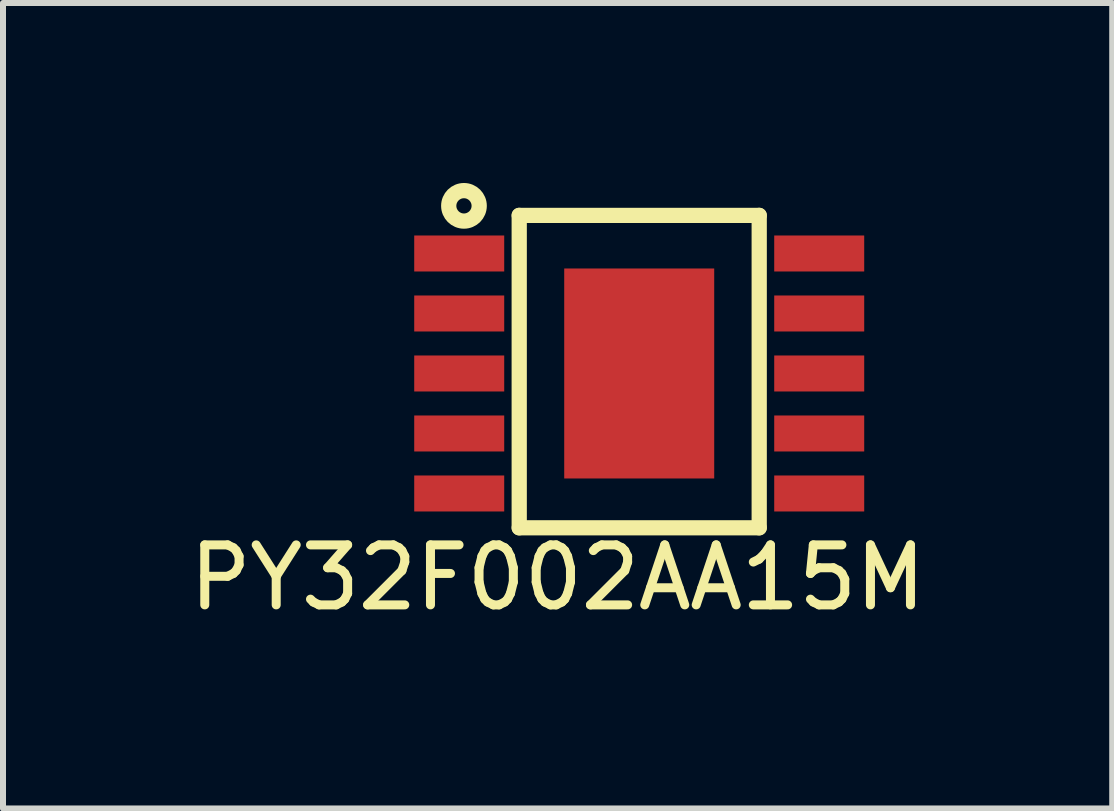
<source format=kicad_pcb>
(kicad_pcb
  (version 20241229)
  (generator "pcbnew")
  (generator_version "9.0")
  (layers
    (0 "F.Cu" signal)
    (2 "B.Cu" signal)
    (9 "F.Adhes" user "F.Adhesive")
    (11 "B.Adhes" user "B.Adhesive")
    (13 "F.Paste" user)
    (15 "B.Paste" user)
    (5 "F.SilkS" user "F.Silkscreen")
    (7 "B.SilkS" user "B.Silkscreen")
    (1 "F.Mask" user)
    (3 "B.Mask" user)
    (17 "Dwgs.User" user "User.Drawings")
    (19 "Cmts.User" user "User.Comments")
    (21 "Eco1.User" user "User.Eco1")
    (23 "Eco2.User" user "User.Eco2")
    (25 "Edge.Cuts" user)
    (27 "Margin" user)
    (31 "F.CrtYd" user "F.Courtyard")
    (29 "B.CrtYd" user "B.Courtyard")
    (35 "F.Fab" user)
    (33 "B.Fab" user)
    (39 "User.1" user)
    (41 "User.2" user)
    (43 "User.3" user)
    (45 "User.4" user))
  (footprint "PY32F002AA15M"
    (layer "F.Cu")
    (at 7.604 3.175)
    (property "Reference" "PY32F002AA15M" (at -1.36 3.402 180) (layer "F.SilkS") (effects (font (size 1 1) (thickness 0.15))))
    (attr through_hole)
    (fp_line (start -2 -2.635) (end 2 -2.635) (stroke (width 0.254) (type solid)) (layer "F.SilkS"))
    (fp_line (start -2 2.572) (end -2 -2.635) (stroke (width 0.254) (type solid)) (layer "F.SilkS"))
    (fp_line (start 2 -2.635) (end 2 2.572) (stroke (width 0.254) (type solid)) (layer "F.SilkS"))
    (fp_line (start 2 2.572) (end -2 2.572) (stroke (width 0.254) (type solid)) (layer "F.SilkS"))
    (fp_circle (center -2.921 -2.794) (end -2.921 -2.54) (stroke (width 0.254) (type solid)) (fill no) (layer "F.SilkS"))
    (pad "1" smd rect (at -3 -2) (size 1.5 0.6) (layers "F.Cu" "F.Mask" "F.Paste"))
    (pad "2" smd rect (at -3 -1) (size 1.5 0.6) (layers "F.Cu" "F.Mask" "F.Paste"))
    (pad "3" smd rect (at -3 0) (size 1.5 0.6) (layers "F.Cu" "F.Mask" "F.Paste"))
    (pad "4" smd rect (at -3 1) (size 1.5 0.6) (layers "F.Cu" "F.Mask" "F.Paste"))
    (pad "5" smd rect (at -3 2) (size 1.5 0.6) (layers "F.Cu" "F.Mask" "F.Paste"))
    (pad "6" smd rect (at 3 2) (size 1.5 0.6) (layers "F.Cu" "F.Mask" "F.Paste"))
    (pad "7" smd rect (at 3 1) (size 1.5 0.6) (layers "F.Cu" "F.Mask" "F.Paste"))
    (pad "8" smd rect (at 3 0) (size 1.5 0.6) (layers "F.Cu" "F.Mask" "F.Paste"))
    (pad "9" smd rect (at 3 -1) (size 1.5 0.6) (layers "F.Cu" "F.Mask" "F.Paste"))
    (pad "10" smd rect (at 0.000127 0) (size 2.5 3.5) (layers "F.Cu" "F.Mask" "F.Paste"))
    (pad "10" smd rect (at 3 -2) (size 1.5 0.6) (layers "F.Cu" "F.Mask" "F.Paste")))
  (gr_rect
    (start -3 -3)
    (end 15.488 10.425)
    (stroke (width 0.1) (type default))
    (fill no)
    (layer "Edge.Cuts")))
</source>
